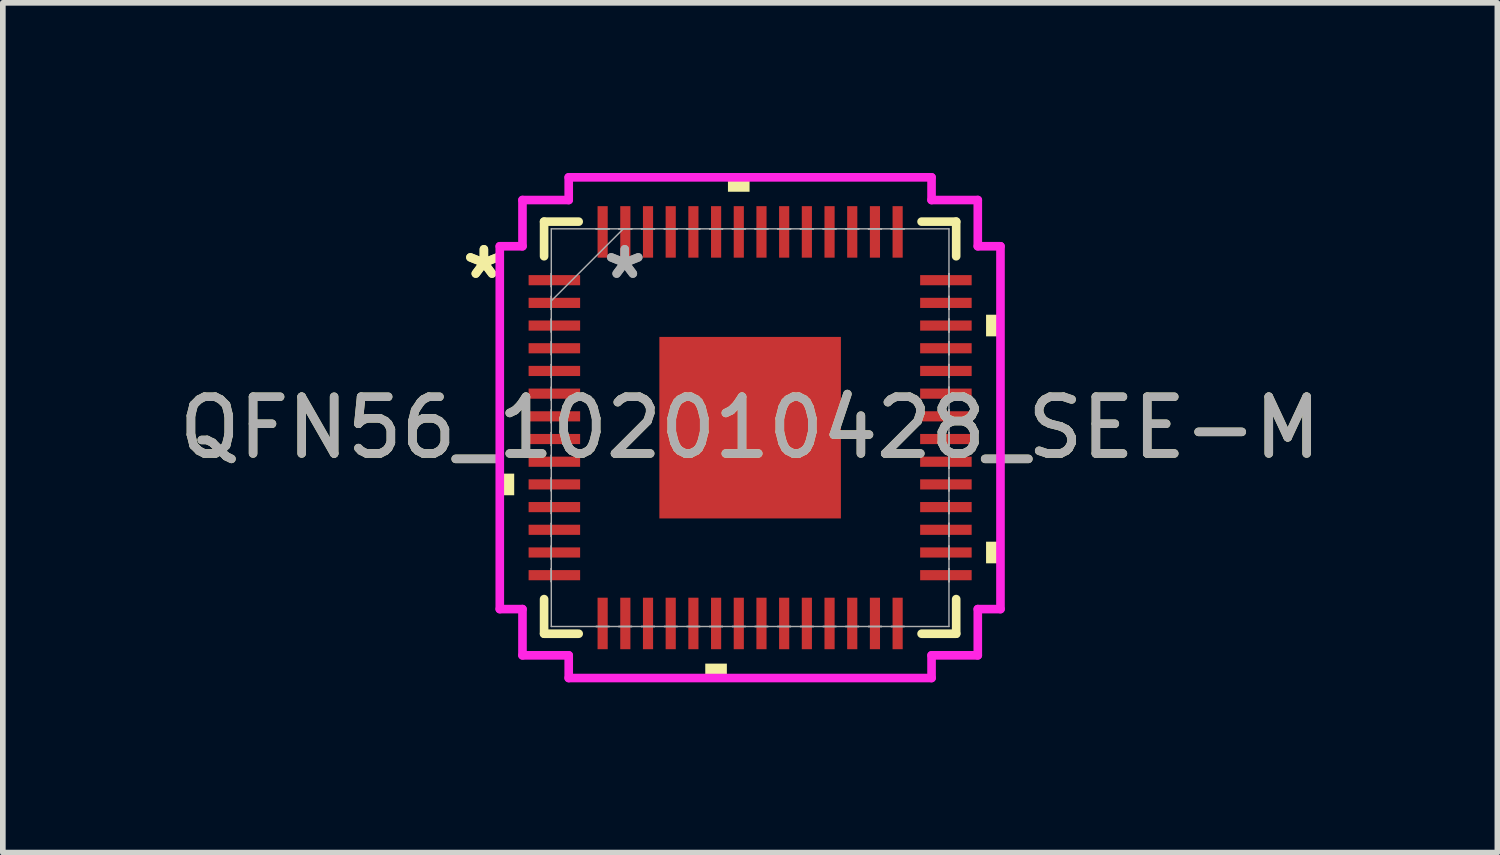
<source format=kicad_pcb>
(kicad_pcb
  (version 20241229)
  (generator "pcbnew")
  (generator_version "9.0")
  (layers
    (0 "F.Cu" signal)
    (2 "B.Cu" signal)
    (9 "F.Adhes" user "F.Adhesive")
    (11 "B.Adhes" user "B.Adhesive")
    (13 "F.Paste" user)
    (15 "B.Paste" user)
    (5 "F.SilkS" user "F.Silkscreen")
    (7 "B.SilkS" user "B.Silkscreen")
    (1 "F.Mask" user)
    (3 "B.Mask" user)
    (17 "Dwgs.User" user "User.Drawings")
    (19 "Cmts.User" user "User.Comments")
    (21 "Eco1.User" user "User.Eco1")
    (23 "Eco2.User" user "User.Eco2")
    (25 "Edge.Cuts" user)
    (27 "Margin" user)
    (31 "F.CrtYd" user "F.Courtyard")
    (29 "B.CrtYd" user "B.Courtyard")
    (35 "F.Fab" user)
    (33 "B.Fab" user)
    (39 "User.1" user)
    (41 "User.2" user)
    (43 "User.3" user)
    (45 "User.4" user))
  (footprint "QFN56_102010428_SEE-M"
    (layer "F.Cu")
    (at 10.173 4.489)
    (property "Reference" "QFN56_102010428_SEE-M" (at 0 0 0) (unlocked yes) (layer "F.SilkS") (effects (font (size 1 1) (thickness 0.15))))
    (attr smd)
    (fp_line (start -3.632 -3.632) (end -3.632 -3.022) (stroke (width 0.152) (type solid)) (layer "F.SilkS"))
    (fp_line (start -3.632 3.022) (end -3.632 3.632) (stroke (width 0.152) (type solid)) (layer "F.SilkS"))
    (fp_line (start -3.632 3.632) (end -3.022 3.632) (stroke (width 0.152) (type solid)) (layer "F.SilkS"))
    (fp_line (start -3.022 -3.632) (end -3.632 -3.632) (stroke (width 0.152) (type solid)) (layer "F.SilkS"))
    (fp_line (start 3.022 3.632) (end 3.632 3.632) (stroke (width 0.152) (type solid)) (layer "F.SilkS"))
    (fp_line (start 3.632 -3.632) (end 3.022 -3.632) (stroke (width 0.152) (type solid)) (layer "F.SilkS"))
    (fp_line (start 3.632 -3.022) (end 3.632 -3.632) (stroke (width 0.152) (type solid)) (layer "F.SilkS"))
    (fp_line (start 3.632 3.632) (end 3.632 3.022) (stroke (width 0.152) (type solid)) (layer "F.SilkS"))
    (fp_poly (pts (xy -4.413 0.81) (xy -4.413 1.191) (xy -4.159 1.191) (xy -4.159 0.81)) (stroke (width 0) (type solid)) (fill yes) (layer "F.SilkS"))
    (fp_poly (pts (xy -0.791 4.159) (xy -0.791 4.413) (xy -0.41 4.413) (xy -0.41 4.159)) (stroke (width 0) (type solid)) (fill yes) (layer "F.SilkS"))
    (fp_poly (pts (xy -0.391 -4.159) (xy -0.391 -4.413) (xy -0.01 -4.413) (xy -0.01 -4.159)) (stroke (width 0) (type solid)) (fill yes) (layer "F.SilkS"))
    (fp_poly (pts (xy 4.413 -1.991) (xy 4.413 -1.61) (xy 4.159 -1.61) (xy 4.159 -1.991)) (stroke (width 0) (type solid)) (fill yes) (layer "F.SilkS"))
    (fp_poly (pts (xy 4.413 2.01) (xy 4.413 2.391) (xy 4.159 2.391) (xy 4.159 2.01)) (stroke (width 0) (type solid)) (fill yes) (layer "F.SilkS"))
    (fp_line (start -4.413 -3.198) (end -4.013 -3.198) (stroke (width 0.152) (type solid)) (layer "F.CrtYd"))
    (fp_line (start -4.413 3.198) (end -4.413 -3.198) (stroke (width 0.152) (type solid)) (layer "F.CrtYd"))
    (fp_line (start -4.013 -4.013) (end -3.198 -4.013) (stroke (width 0.152) (type solid)) (layer "F.CrtYd"))
    (fp_line (start -4.013 -3.198) (end -4.013 -4.013) (stroke (width 0.152) (type solid)) (layer "F.CrtYd"))
    (fp_line (start -4.013 3.198) (end -4.413 3.198) (stroke (width 0.152) (type solid)) (layer "F.CrtYd"))
    (fp_line (start -4.013 4.013) (end -4.013 3.198) (stroke (width 0.152) (type solid)) (layer "F.CrtYd"))
    (fp_line (start -3.198 -4.413) (end 3.198 -4.413) (stroke (width 0.152) (type solid)) (layer "F.CrtYd"))
    (fp_line (start -3.198 -4.013) (end -3.198 -4.413) (stroke (width 0.152) (type solid)) (layer "F.CrtYd"))
    (fp_line (start -3.198 4.013) (end -4.013 4.013) (stroke (width 0.152) (type solid)) (layer "F.CrtYd"))
    (fp_line (start -3.198 4.413) (end -3.198 4.013) (stroke (width 0.152) (type solid)) (layer "F.CrtYd"))
    (fp_line (start 3.198 -4.413) (end 3.198 -4.013) (stroke (width 0.152) (type solid)) (layer "F.CrtYd"))
    (fp_line (start 3.198 -4.013) (end 4.013 -4.013) (stroke (width 0.152) (type solid)) (layer "F.CrtYd"))
    (fp_line (start 3.198 4.013) (end 3.198 4.413) (stroke (width 0.152) (type solid)) (layer "F.CrtYd"))
    (fp_line (start 3.198 4.413) (end -3.198 4.413) (stroke (width 0.152) (type solid)) (layer "F.CrtYd"))
    (fp_line (start 4.013 -4.013) (end 4.013 -3.198) (stroke (width 0.152) (type solid)) (layer "F.CrtYd"))
    (fp_line (start 4.013 -3.198) (end 4.413 -3.198) (stroke (width 0.152) (type solid)) (layer "F.CrtYd"))
    (fp_line (start 4.013 3.198) (end 4.013 4.013) (stroke (width 0.152) (type solid)) (layer "F.CrtYd"))
    (fp_line (start 4.013 4.013) (end 3.198 4.013) (stroke (width 0.152) (type solid)) (layer "F.CrtYd"))
    (fp_line (start 4.413 -3.198) (end 4.413 3.198) (stroke (width 0.152) (type solid)) (layer "F.CrtYd"))
    (fp_line (start 4.413 3.198) (end 4.013 3.198) (stroke (width 0.152) (type solid)) (layer "F.CrtYd"))
    (fp_line (start -3.505 -3.505) (end -3.505 3.505) (stroke (width 0.025) (type solid)) (layer "F.Fab"))
    (fp_line (start -3.505 -2.715) (end -3.505 -2.715) (stroke (width 0.025) (type solid)) (layer "F.Fab"))
    (fp_line (start -3.505 -2.715) (end -3.505 -2.486) (stroke (width 0.025) (type solid)) (layer "F.Fab"))
    (fp_line (start -3.505 -2.486) (end -3.505 -2.715) (stroke (width 0.025) (type solid)) (layer "F.Fab"))
    (fp_line (start -3.505 -2.486) (end -3.505 -2.486) (stroke (width 0.025) (type solid)) (layer "F.Fab"))
    (fp_line (start -3.505 -2.315) (end -3.505 -2.315) (stroke (width 0.025) (type solid)) (layer "F.Fab"))
    (fp_line (start -3.505 -2.315) (end -3.505 -2.086) (stroke (width 0.025) (type solid)) (layer "F.Fab"))
    (fp_line (start -3.505 -2.235) (end -2.235 -3.505) (stroke (width 0.025) (type solid)) (layer "F.Fab"))
    (fp_line (start -3.505 -2.086) (end -3.505 -2.315) (stroke (width 0.025) (type solid)) (layer "F.Fab"))
    (fp_line (start -3.505 -2.086) (end -3.505 -2.086) (stroke (width 0.025) (type solid)) (layer "F.Fab"))
    (fp_line (start -3.505 -1.915) (end -3.505 -1.915) (stroke (width 0.025) (type solid)) (layer "F.Fab"))
    (fp_line (start -3.505 -1.915) (end -3.505 -1.686) (stroke (width 0.025) (type solid)) (layer "F.Fab"))
    (fp_line (start -3.505 -1.686) (end -3.505 -1.915) (stroke (width 0.025) (type solid)) (layer "F.Fab"))
    (fp_line (start -3.505 -1.686) (end -3.505 -1.686) (stroke (width 0.025) (type solid)) (layer "F.Fab"))
    (fp_line (start -3.505 -1.514) (end -3.505 -1.514) (stroke (width 0.025) (type solid)) (layer "F.Fab"))
    (fp_line (start -3.505 -1.514) (end -3.505 -1.286) (stroke (width 0.025) (type solid)) (layer "F.Fab"))
    (fp_line (start -3.505 -1.286) (end -3.505 -1.514) (stroke (width 0.025) (type solid)) (layer "F.Fab"))
    (fp_line (start -3.505 -1.286) (end -3.505 -1.286) (stroke (width 0.025) (type solid)) (layer "F.Fab"))
    (fp_line (start -3.505 -1.114) (end -3.505 -1.114) (stroke (width 0.025) (type solid)) (layer "F.Fab"))
    (fp_line (start -3.505 -1.114) (end -3.505 -0.886) (stroke (width 0.025) (type solid)) (layer "F.Fab"))
    (fp_line (start -3.505 -0.886) (end -3.505 -1.114) (stroke (width 0.025) (type solid)) (layer "F.Fab"))
    (fp_line (start -3.505 -0.886) (end -3.505 -0.886) (stroke (width 0.025) (type solid)) (layer "F.Fab"))
    (fp_line (start -3.505 -0.714) (end -3.505 -0.714) (stroke (width 0.025) (type solid)) (layer "F.Fab"))
    (fp_line (start -3.505 -0.714) (end -3.505 -0.486) (stroke (width 0.025) (type solid)) (layer "F.Fab"))
    (fp_line (start -3.505 -0.486) (end -3.505 -0.714) (stroke (width 0.025) (type solid)) (layer "F.Fab"))
    (fp_line (start -3.505 -0.486) (end -3.505 -0.486) (stroke (width 0.025) (type solid)) (layer "F.Fab"))
    (fp_line (start -3.505 -0.314) (end -3.505 -0.314) (stroke (width 0.025) (type solid)) (layer "F.Fab"))
    (fp_line (start -3.505 -0.314) (end -3.505 -0.086) (stroke (width 0.025) (type solid)) (layer "F.Fab"))
    (fp_line (start -3.505 -0.086) (end -3.505 -0.314) (stroke (width 0.025) (type solid)) (layer "F.Fab"))
    (fp_line (start -3.505 -0.086) (end -3.505 -0.086) (stroke (width 0.025) (type solid)) (layer "F.Fab"))
    (fp_line (start -3.505 0.086) (end -3.505 0.086) (stroke (width 0.025) (type solid)) (layer "F.Fab"))
    (fp_line (start -3.505 0.086) (end -3.505 0.314) (stroke (width 0.025) (type solid)) (layer "F.Fab"))
    (fp_line (start -3.505 0.314) (end -3.505 0.086) (stroke (width 0.025) (type solid)) (layer "F.Fab"))
    (fp_line (start -3.505 0.314) (end -3.505 0.314) (stroke (width 0.025) (type solid)) (layer "F.Fab"))
    (fp_line (start -3.505 0.486) (end -3.505 0.486) (stroke (width 0.025) (type solid)) (layer "F.Fab"))
    (fp_line (start -3.505 0.486) (end -3.505 0.714) (stroke (width 0.025) (type solid)) (layer "F.Fab"))
    (fp_line (start -3.505 0.714) (end -3.505 0.486) (stroke (width 0.025) (type solid)) (layer "F.Fab"))
    (fp_line (start -3.505 0.714) (end -3.505 0.714) (stroke (width 0.025) (type solid)) (layer "F.Fab"))
    (fp_line (start -3.505 0.886) (end -3.505 0.886) (stroke (width 0.025) (type solid)) (layer "F.Fab"))
    (fp_line (start -3.505 0.886) (end -3.505 1.114) (stroke (width 0.025) (type solid)) (layer "F.Fab"))
    (fp_line (start -3.505 1.114) (end -3.505 0.886) (stroke (width 0.025) (type solid)) (layer "F.Fab"))
    (fp_line (start -3.505 1.114) (end -3.505 1.114) (stroke (width 0.025) (type solid)) (layer "F.Fab"))
    (fp_line (start -3.505 1.286) (end -3.505 1.286) (stroke (width 0.025) (type solid)) (layer "F.Fab"))
    (fp_line (start -3.505 1.286) (end -3.505 1.514) (stroke (width 0.025) (type solid)) (layer "F.Fab"))
    (fp_line (start -3.505 1.514) (end -3.505 1.286) (stroke (width 0.025) (type solid)) (layer "F.Fab"))
    (fp_line (start -3.505 1.514) (end -3.505 1.514) (stroke (width 0.025) (type solid)) (layer "F.Fab"))
    (fp_line (start -3.505 1.686) (end -3.505 1.686) (stroke (width 0.025) (type solid)) (layer "F.Fab"))
    (fp_line (start -3.505 1.686) (end -3.505 1.915) (stroke (width 0.025) (type solid)) (layer "F.Fab"))
    (fp_line (start -3.505 1.915) (end -3.505 1.686) (stroke (width 0.025) (type solid)) (layer "F.Fab"))
    (fp_line (start -3.505 1.915) (end -3.505 1.915) (stroke (width 0.025) (type solid)) (layer "F.Fab"))
    (fp_line (start -3.505 2.086) (end -3.505 2.086) (stroke (width 0.025) (type solid)) (layer "F.Fab"))
    (fp_line (start -3.505 2.086) (end -3.505 2.315) (stroke (width 0.025) (type solid)) (layer "F.Fab"))
    (fp_line (start -3.505 2.315) (end -3.505 2.086) (stroke (width 0.025) (type solid)) (layer "F.Fab"))
    (fp_line (start -3.505 2.315) (end -3.505 2.315) (stroke (width 0.025) (type solid)) (layer "F.Fab"))
    (fp_line (start -3.505 2.486) (end -3.505 2.486) (stroke (width 0.025) (type solid)) (layer "F.Fab"))
    (fp_line (start -3.505 2.486) (end -3.505 2.715) (stroke (width 0.025) (type solid)) (layer "F.Fab"))
    (fp_line (start -3.505 2.715) (end -3.505 2.486) (stroke (width 0.025) (type solid)) (layer "F.Fab"))
    (fp_line (start -3.505 2.715) (end -3.505 2.715) (stroke (width 0.025) (type solid)) (layer "F.Fab"))
    (fp_line (start -3.505 3.505) (end 3.505 3.505) (stroke (width 0.025) (type solid)) (layer "F.Fab"))
    (fp_line (start -2.715 -3.505) (end -2.715 -3.505) (stroke (width 0.025) (type solid)) (layer "F.Fab"))
    (fp_line (start -2.715 -3.505) (end -2.486 -3.505) (stroke (width 0.025) (type solid)) (layer "F.Fab"))
    (fp_line (start -2.715 3.505) (end -2.715 3.505) (stroke (width 0.025) (type solid)) (layer "F.Fab"))
    (fp_line (start -2.715 3.505) (end -2.486 3.505) (stroke (width 0.025) (type solid)) (layer "F.Fab"))
    (fp_line (start -2.486 -3.505) (end -2.715 -3.505) (stroke (width 0.025) (type solid)) (layer "F.Fab"))
    (fp_line (start -2.486 -3.505) (end -2.486 -3.505) (stroke (width 0.025) (type solid)) (layer "F.Fab"))
    (fp_line (start -2.486 3.505) (end -2.715 3.505) (stroke (width 0.025) (type solid)) (layer "F.Fab"))
    (fp_line (start -2.486 3.505) (end -2.486 3.505) (stroke (width 0.025) (type solid)) (layer "F.Fab"))
    (fp_line (start -2.315 -3.505) (end -2.315 -3.505) (stroke (width 0.025) (type solid)) (layer "F.Fab"))
    (fp_line (start -2.315 -3.505) (end -2.086 -3.505) (stroke (width 0.025) (type solid)) (layer "F.Fab"))
    (fp_line (start -2.315 3.505) (end -2.315 3.505) (stroke (width 0.025) (type solid)) (layer "F.Fab"))
    (fp_line (start -2.315 3.505) (end -2.086 3.505) (stroke (width 0.025) (type solid)) (layer "F.Fab"))
    (fp_line (start -2.086 -3.505) (end -2.315 -3.505) (stroke (width 0.025) (type solid)) (layer "F.Fab"))
    (fp_line (start -2.086 -3.505) (end -2.086 -3.505) (stroke (width 0.025) (type solid)) (layer "F.Fab"))
    (fp_line (start -2.086 3.505) (end -2.315 3.505) (stroke (width 0.025) (type solid)) (layer "F.Fab"))
    (fp_line (start -2.086 3.505) (end -2.086 3.505) (stroke (width 0.025) (type solid)) (layer "F.Fab"))
    (fp_line (start -1.915 -3.505) (end -1.915 -3.505) (stroke (width 0.025) (type solid)) (layer "F.Fab"))
    (fp_line (start -1.915 -3.505) (end -1.686 -3.505) (stroke (width 0.025) (type solid)) (layer "F.Fab"))
    (fp_line (start -1.915 3.505) (end -1.915 3.505) (stroke (width 0.025) (type solid)) (layer "F.Fab"))
    (fp_line (start -1.915 3.505) (end -1.686 3.505) (stroke (width 0.025) (type solid)) (layer "F.Fab"))
    (fp_line (start -1.686 -3.505) (end -1.915 -3.505) (stroke (width 0.025) (type solid)) (layer "F.Fab"))
    (fp_line (start -1.686 -3.505) (end -1.686 -3.505) (stroke (width 0.025) (type solid)) (layer "F.Fab"))
    (fp_line (start -1.686 3.505) (end -1.915 3.505) (stroke (width 0.025) (type solid)) (layer "F.Fab"))
    (fp_line (start -1.686 3.505) (end -1.686 3.505) (stroke (width 0.025) (type solid)) (layer "F.Fab"))
    (fp_line (start -1.514 -3.505) (end -1.514 -3.505) (stroke (width 0.025) (type solid)) (layer "F.Fab"))
    (fp_line (start -1.514 -3.505) (end -1.286 -3.505) (stroke (width 0.025) (type solid)) (layer "F.Fab"))
    (fp_line (start -1.514 3.505) (end -1.514 3.505) (stroke (width 0.025) (type solid)) (layer "F.Fab"))
    (fp_line (start -1.514 3.505) (end -1.286 3.505) (stroke (width 0.025) (type solid)) (layer "F.Fab"))
    (fp_line (start -1.286 -3.505) (end -1.514 -3.505) (stroke (width 0.025) (type solid)) (layer "F.Fab"))
    (fp_line (start -1.286 -3.505) (end -1.286 -3.505) (stroke (width 0.025) (type solid)) (layer "F.Fab"))
    (fp_line (start -1.286 3.505) (end -1.514 3.505) (stroke (width 0.025) (type solid)) (layer "F.Fab"))
    (fp_line (start -1.286 3.505) (end -1.286 3.505) (stroke (width 0.025) (type solid)) (layer "F.Fab"))
    (fp_line (start -1.114 -3.505) (end -1.114 -3.505) (stroke (width 0.025) (type solid)) (layer "F.Fab"))
    (fp_line (start -1.114 -3.505) (end -0.886 -3.505) (stroke (width 0.025) (type solid)) (layer "F.Fab"))
    (fp_line (start -1.114 3.505) (end -1.114 3.505) (stroke (width 0.025) (type solid)) (layer "F.Fab"))
    (fp_line (start -1.114 3.505) (end -0.886 3.505) (stroke (width 0.025) (type solid)) (layer "F.Fab"))
    (fp_line (start -0.886 -3.505) (end -1.114 -3.505) (stroke (width 0.025) (type solid)) (layer "F.Fab"))
    (fp_line (start -0.886 -3.505) (end -0.886 -3.505) (stroke (width 0.025) (type solid)) (layer "F.Fab"))
    (fp_line (start -0.886 3.505) (end -1.114 3.505) (stroke (width 0.025) (type solid)) (layer "F.Fab"))
    (fp_line (start -0.886 3.505) (end -0.886 3.505) (stroke (width 0.025) (type solid)) (layer "F.Fab"))
    (fp_line (start -0.714 -3.505) (end -0.714 -3.505) (stroke (width 0.025) (type solid)) (layer "F.Fab"))
    (fp_line (start -0.714 -3.505) (end -0.486 -3.505) (stroke (width 0.025) (type solid)) (layer "F.Fab"))
    (fp_line (start -0.714 3.505) (end -0.714 3.505) (stroke (width 0.025) (type solid)) (layer "F.Fab"))
    (fp_line (start -0.714 3.505) (end -0.486 3.505) (stroke (width 0.025) (type solid)) (layer "F.Fab"))
    (fp_line (start -0.486 -3.505) (end -0.714 -3.505) (stroke (width 0.025) (type solid)) (layer "F.Fab"))
    (fp_line (start -0.486 -3.505) (end -0.486 -3.505) (stroke (width 0.025) (type solid)) (layer "F.Fab"))
    (fp_line (start -0.486 3.505) (end -0.714 3.505) (stroke (width 0.025) (type solid)) (layer "F.Fab"))
    (fp_line (start -0.486 3.505) (end -0.486 3.505) (stroke (width 0.025) (type solid)) (layer "F.Fab"))
    (fp_line (start -0.314 -3.505) (end -0.314 -3.505) (stroke (width 0.025) (type solid)) (layer "F.Fab"))
    (fp_line (start -0.314 -3.505) (end -0.086 -3.505) (stroke (width 0.025) (type solid)) (layer "F.Fab"))
    (fp_line (start -0.314 3.505) (end -0.314 3.505) (stroke (width 0.025) (type solid)) (layer "F.Fab"))
    (fp_line (start -0.314 3.505) (end -0.086 3.505) (stroke (width 0.025) (type solid)) (layer "F.Fab"))
    (fp_line (start -0.086 -3.505) (end -0.314 -3.505) (stroke (width 0.025) (type solid)) (layer "F.Fab"))
    (fp_line (start -0.086 -3.505) (end -0.086 -3.505) (stroke (width 0.025) (type solid)) (layer "F.Fab"))
    (fp_line (start -0.086 3.505) (end -0.314 3.505) (stroke (width 0.025) (type solid)) (layer "F.Fab"))
    (fp_line (start -0.086 3.505) (end -0.086 3.505) (stroke (width 0.025) (type solid)) (layer "F.Fab"))
    (fp_line (start 0.086 -3.505) (end 0.086 -3.505) (stroke (width 0.025) (type solid)) (layer "F.Fab"))
    (fp_line (start 0.086 -3.505) (end 0.314 -3.505) (stroke (width 0.025) (type solid)) (layer "F.Fab"))
    (fp_line (start 0.086 3.505) (end 0.086 3.505) (stroke (width 0.025) (type solid)) (layer "F.Fab"))
    (fp_line (start 0.086 3.505) (end 0.314 3.505) (stroke (width 0.025) (type solid)) (layer "F.Fab"))
    (fp_line (start 0.314 -3.505) (end 0.086 -3.505) (stroke (width 0.025) (type solid)) (layer "F.Fab"))
    (fp_line (start 0.314 -3.505) (end 0.314 -3.505) (stroke (width 0.025) (type solid)) (layer "F.Fab"))
    (fp_line (start 0.314 3.505) (end 0.086 3.505) (stroke (width 0.025) (type solid)) (layer "F.Fab"))
    (fp_line (start 0.314 3.505) (end 0.314 3.505) (stroke (width 0.025) (type solid)) (layer "F.Fab"))
    (fp_line (start 0.486 -3.505) (end 0.486 -3.505) (stroke (width 0.025) (type solid)) (layer "F.Fab"))
    (fp_line (start 0.486 -3.505) (end 0.714 -3.505) (stroke (width 0.025) (type solid)) (layer "F.Fab"))
    (fp_line (start 0.486 3.505) (end 0.486 3.505) (stroke (width 0.025) (type solid)) (layer "F.Fab"))
    (fp_line (start 0.486 3.505) (end 0.714 3.505) (stroke (width 0.025) (type solid)) (layer "F.Fab"))
    (fp_line (start 0.714 -3.505) (end 0.486 -3.505) (stroke (width 0.025) (type solid)) (layer "F.Fab"))
    (fp_line (start 0.714 -3.505) (end 0.714 -3.505) (stroke (width 0.025) (type solid)) (layer "F.Fab"))
    (fp_line (start 0.714 3.505) (end 0.486 3.505) (stroke (width 0.025) (type solid)) (layer "F.Fab"))
    (fp_line (start 0.714 3.505) (end 0.714 3.505) (stroke (width 0.025) (type solid)) (layer "F.Fab"))
    (fp_line (start 0.886 -3.505) (end 0.886 -3.505) (stroke (width 0.025) (type solid)) (layer "F.Fab"))
    (fp_line (start 0.886 -3.505) (end 1.114 -3.505) (stroke (width 0.025) (type solid)) (layer "F.Fab"))
    (fp_line (start 0.886 3.505) (end 0.886 3.505) (stroke (width 0.025) (type solid)) (layer "F.Fab"))
    (fp_line (start 0.886 3.505) (end 1.114 3.505) (stroke (width 0.025) (type solid)) (layer "F.Fab"))
    (fp_line (start 1.114 -3.505) (end 0.886 -3.505) (stroke (width 0.025) (type solid)) (layer "F.Fab"))
    (fp_line (start 1.114 -3.505) (end 1.114 -3.505) (stroke (width 0.025) (type solid)) (layer "F.Fab"))
    (fp_line (start 1.114 3.505) (end 0.886 3.505) (stroke (width 0.025) (type solid)) (layer "F.Fab"))
    (fp_line (start 1.114 3.505) (end 1.114 3.505) (stroke (width 0.025) (type solid)) (layer "F.Fab"))
    (fp_line (start 1.286 -3.505) (end 1.286 -3.505) (stroke (width 0.025) (type solid)) (layer "F.Fab"))
    (fp_line (start 1.286 -3.505) (end 1.514 -3.505) (stroke (width 0.025) (type solid)) (layer "F.Fab"))
    (fp_line (start 1.286 3.505) (end 1.286 3.505) (stroke (width 0.025) (type solid)) (layer "F.Fab"))
    (fp_line (start 1.286 3.505) (end 1.514 3.505) (stroke (width 0.025) (type solid)) (layer "F.Fab"))
    (fp_line (start 1.514 -3.505) (end 1.286 -3.505) (stroke (width 0.025) (type solid)) (layer "F.Fab"))
    (fp_line (start 1.514 -3.505) (end 1.514 -3.505) (stroke (width 0.025) (type solid)) (layer "F.Fab"))
    (fp_line (start 1.514 3.505) (end 1.286 3.505) (stroke (width 0.025) (type solid)) (layer "F.Fab"))
    (fp_line (start 1.514 3.505) (end 1.514 3.505) (stroke (width 0.025) (type solid)) (layer "F.Fab"))
    (fp_line (start 1.686 -3.505) (end 1.686 -3.505) (stroke (width 0.025) (type solid)) (layer "F.Fab"))
    (fp_line (start 1.686 -3.505) (end 1.915 -3.505) (stroke (width 0.025) (type solid)) (layer "F.Fab"))
    (fp_line (start 1.686 3.505) (end 1.686 3.505) (stroke (width 0.025) (type solid)) (layer "F.Fab"))
    (fp_line (start 1.686 3.505) (end 1.915 3.505) (stroke (width 0.025) (type solid)) (layer "F.Fab"))
    (fp_line (start 1.915 -3.505) (end 1.686 -3.505) (stroke (width 0.025) (type solid)) (layer "F.Fab"))
    (fp_line (start 1.915 -3.505) (end 1.915 -3.505) (stroke (width 0.025) (type solid)) (layer "F.Fab"))
    (fp_line (start 1.915 3.505) (end 1.686 3.505) (stroke (width 0.025) (type solid)) (layer "F.Fab"))
    (fp_line (start 1.915 3.505) (end 1.915 3.505) (stroke (width 0.025) (type solid)) (layer "F.Fab"))
    (fp_line (start 2.086 -3.505) (end 2.086 -3.505) (stroke (width 0.025) (type solid)) (layer "F.Fab"))
    (fp_line (start 2.086 -3.505) (end 2.315 -3.505) (stroke (width 0.025) (type solid)) (layer "F.Fab"))
    (fp_line (start 2.086 3.505) (end 2.086 3.505) (stroke (width 0.025) (type solid)) (layer "F.Fab"))
    (fp_line (start 2.086 3.505) (end 2.315 3.505) (stroke (width 0.025) (type solid)) (layer "F.Fab"))
    (fp_line (start 2.315 -3.505) (end 2.086 -3.505) (stroke (width 0.025) (type solid)) (layer "F.Fab"))
    (fp_line (start 2.315 -3.505) (end 2.315 -3.505) (stroke (width 0.025) (type solid)) (layer "F.Fab"))
    (fp_line (start 2.315 3.505) (end 2.086 3.505) (stroke (width 0.025) (type solid)) (layer "F.Fab"))
    (fp_line (start 2.315 3.505) (end 2.315 3.505) (stroke (width 0.025) (type solid)) (layer "F.Fab"))
    (fp_line (start 2.486 -3.505) (end 2.486 -3.505) (stroke (width 0.025) (type solid)) (layer "F.Fab"))
    (fp_line (start 2.486 -3.505) (end 2.715 -3.505) (stroke (width 0.025) (type solid)) (layer "F.Fab"))
    (fp_line (start 2.486 3.505) (end 2.486 3.505) (stroke (width 0.025) (type solid)) (layer "F.Fab"))
    (fp_line (start 2.486 3.505) (end 2.715 3.505) (stroke (width 0.025) (type solid)) (layer "F.Fab"))
    (fp_line (start 2.715 -3.505) (end 2.486 -3.505) (stroke (width 0.025) (type solid)) (layer "F.Fab"))
    (fp_line (start 2.715 -3.505) (end 2.715 -3.505) (stroke (width 0.025) (type solid)) (layer "F.Fab"))
    (fp_line (start 2.715 3.505) (end 2.486 3.505) (stroke (width 0.025) (type solid)) (layer "F.Fab"))
    (fp_line (start 2.715 3.505) (end 2.715 3.505) (stroke (width 0.025) (type solid)) (layer "F.Fab"))
    (fp_line (start 3.505 -3.505) (end -3.505 -3.505) (stroke (width 0.025) (type solid)) (layer "F.Fab"))
    (fp_line (start 3.505 -2.715) (end 3.505 -2.715) (stroke (width 0.025) (type solid)) (layer "F.Fab"))
    (fp_line (start 3.505 -2.715) (end 3.505 -2.486) (stroke (width 0.025) (type solid)) (layer "F.Fab"))
    (fp_line (start 3.505 -2.486) (end 3.505 -2.715) (stroke (width 0.025) (type solid)) (layer "F.Fab"))
    (fp_line (start 3.505 -2.486) (end 3.505 -2.486) (stroke (width 0.025) (type solid)) (layer "F.Fab"))
    (fp_line (start 3.505 -2.315) (end 3.505 -2.315) (stroke (width 0.025) (type solid)) (layer "F.Fab"))
    (fp_line (start 3.505 -2.315) (end 3.505 -2.086) (stroke (width 0.025) (type solid)) (layer "F.Fab"))
    (fp_line (start 3.505 -2.086) (end 3.505 -2.315) (stroke (width 0.025) (type solid)) (layer "F.Fab"))
    (fp_line (start 3.505 -2.086) (end 3.505 -2.086) (stroke (width 0.025) (type solid)) (layer "F.Fab"))
    (fp_line (start 3.505 -1.915) (end 3.505 -1.915) (stroke (width 0.025) (type solid)) (layer "F.Fab"))
    (fp_line (start 3.505 -1.915) (end 3.505 -1.686) (stroke (width 0.025) (type solid)) (layer "F.Fab"))
    (fp_line (start 3.505 -1.686) (end 3.505 -1.915) (stroke (width 0.025) (type solid)) (layer "F.Fab"))
    (fp_line (start 3.505 -1.686) (end 3.505 -1.686) (stroke (width 0.025) (type solid)) (layer "F.Fab"))
    (fp_line (start 3.505 -1.514) (end 3.505 -1.514) (stroke (width 0.025) (type solid)) (layer "F.Fab"))
    (fp_line (start 3.505 -1.514) (end 3.505 -1.286) (stroke (width 0.025) (type solid)) (layer "F.Fab"))
    (fp_line (start 3.505 -1.286) (end 3.505 -1.514) (stroke (width 0.025) (type solid)) (layer "F.Fab"))
    (fp_line (start 3.505 -1.286) (end 3.505 -1.286) (stroke (width 0.025) (type solid)) (layer "F.Fab"))
    (fp_line (start 3.505 -1.114) (end 3.505 -1.114) (stroke (width 0.025) (type solid)) (layer "F.Fab"))
    (fp_line (start 3.505 -1.114) (end 3.505 -0.886) (stroke (width 0.025) (type solid)) (layer "F.Fab"))
    (fp_line (start 3.505 -0.886) (end 3.505 -1.114) (stroke (width 0.025) (type solid)) (layer "F.Fab"))
    (fp_line (start 3.505 -0.886) (end 3.505 -0.886) (stroke (width 0.025) (type solid)) (layer "F.Fab"))
    (fp_line (start 3.505 -0.714) (end 3.505 -0.714) (stroke (width 0.025) (type solid)) (layer "F.Fab"))
    (fp_line (start 3.505 -0.714) (end 3.505 -0.486) (stroke (width 0.025) (type solid)) (layer "F.Fab"))
    (fp_line (start 3.505 -0.486) (end 3.505 -0.714) (stroke (width 0.025) (type solid)) (layer "F.Fab"))
    (fp_line (start 3.505 -0.486) (end 3.505 -0.486) (stroke (width 0.025) (type solid)) (layer "F.Fab"))
    (fp_line (start 3.505 -0.314) (end 3.505 -0.314) (stroke (width 0.025) (type solid)) (layer "F.Fab"))
    (fp_line (start 3.505 -0.314) (end 3.505 -0.086) (stroke (width 0.025) (type solid)) (layer "F.Fab"))
    (fp_line (start 3.505 -0.086) (end 3.505 -0.314) (stroke (width 0.025) (type solid)) (layer "F.Fab"))
    (fp_line (start 3.505 -0.086) (end 3.505 -0.086) (stroke (width 0.025) (type solid)) (layer "F.Fab"))
    (fp_line (start 3.505 0.086) (end 3.505 0.086) (stroke (width 0.025) (type solid)) (layer "F.Fab"))
    (fp_line (start 3.505 0.086) (end 3.505 0.314) (stroke (width 0.025) (type solid)) (layer "F.Fab"))
    (fp_line (start 3.505 0.314) (end 3.505 0.086) (stroke (width 0.025) (type solid)) (layer "F.Fab"))
    (fp_line (start 3.505 0.314) (end 3.505 0.314) (stroke (width 0.025) (type solid)) (layer "F.Fab"))
    (fp_line (start 3.505 0.486) (end 3.505 0.486) (stroke (width 0.025) (type solid)) (layer "F.Fab"))
    (fp_line (start 3.505 0.486) (end 3.505 0.714) (stroke (width 0.025) (type solid)) (layer "F.Fab"))
    (fp_line (start 3.505 0.714) (end 3.505 0.486) (stroke (width 0.025) (type solid)) (layer "F.Fab"))
    (fp_line (start 3.505 0.714) (end 3.505 0.714) (stroke (width 0.025) (type solid)) (layer "F.Fab"))
    (fp_line (start 3.505 0.886) (end 3.505 0.886) (stroke (width 0.025) (type solid)) (layer "F.Fab"))
    (fp_line (start 3.505 0.886) (end 3.505 1.114) (stroke (width 0.025) (type solid)) (layer "F.Fab"))
    (fp_line (start 3.505 1.114) (end 3.505 0.886) (stroke (width 0.025) (type solid)) (layer "F.Fab"))
    (fp_line (start 3.505 1.114) (end 3.505 1.114) (stroke (width 0.025) (type solid)) (layer "F.Fab"))
    (fp_line (start 3.505 1.286) (end 3.505 1.286) (stroke (width 0.025) (type solid)) (layer "F.Fab"))
    (fp_line (start 3.505 1.286) (end 3.505 1.514) (stroke (width 0.025) (type solid)) (layer "F.Fab"))
    (fp_line (start 3.505 1.514) (end 3.505 1.286) (stroke (width 0.025) (type solid)) (layer "F.Fab"))
    (fp_line (start 3.505 1.514) (end 3.505 1.514) (stroke (width 0.025) (type solid)) (layer "F.Fab"))
    (fp_line (start 3.505 1.686) (end 3.505 1.686) (stroke (width 0.025) (type solid)) (layer "F.Fab"))
    (fp_line (start 3.505 1.686) (end 3.505 1.915) (stroke (width 0.025) (type solid)) (layer "F.Fab"))
    (fp_line (start 3.505 1.915) (end 3.505 1.686) (stroke (width 0.025) (type solid)) (layer "F.Fab"))
    (fp_line (start 3.505 1.915) (end 3.505 1.915) (stroke (width 0.025) (type solid)) (layer "F.Fab"))
    (fp_line (start 3.505 2.086) (end 3.505 2.086) (stroke (width 0.025) (type solid)) (layer "F.Fab"))
    (fp_line (start 3.505 2.086) (end 3.505 2.315) (stroke (width 0.025) (type solid)) (layer "F.Fab"))
    (fp_line (start 3.505 2.315) (end 3.505 2.086) (stroke (width 0.025) (type solid)) (layer "F.Fab"))
    (fp_line (start 3.505 2.315) (end 3.505 2.315) (stroke (width 0.025) (type solid)) (layer "F.Fab"))
    (fp_line (start 3.505 2.486) (end 3.505 2.486) (stroke (width 0.025) (type solid)) (layer "F.Fab"))
    (fp_line (start 3.505 2.486) (end 3.505 2.715) (stroke (width 0.025) (type solid)) (layer "F.Fab"))
    (fp_line (start 3.505 2.715) (end 3.505 2.486) (stroke (width 0.025) (type solid)) (layer "F.Fab"))
    (fp_line (start 3.505 2.715) (end 3.505 2.715) (stroke (width 0.025) (type solid)) (layer "F.Fab"))
    (fp_line (start 3.505 3.505) (end 3.505 -3.505) (stroke (width 0.025) (type solid)) (layer "F.Fab"))
    (fp_text user "*" (at -4.693 -2.6 0) (unlocked yes) (layer "F.SilkS") (effects (font (size 1 1) (thickness 0.15))))
    (fp_text user "*" (at -4.693 -2.6 0) (layer "F.SilkS") (effects (font (size 1 1) (thickness 0.15))))
    (fp_text user "*" (at -2.21 -2.6 0) (layer "F.Fab") (effects (font (size 1 1) (thickness 0.15))))
    (fp_text user "*" (at -2.21 -2.6 0) (unlocked yes) (layer "F.Fab") (effects (font (size 1 1) (thickness 0.15))))
    (fp_text user "${REFERENCE}" (at 0 0 0) (unlocked yes) (layer "F.Fab") (effects (font (size 1 1) (thickness 0.15))))
    (pad "1" smd rect (at -3.451 -2.6 90) (size 0.179 0.908) (layers "F.Cu" "F.Mask" "F.Paste"))
    (pad "2" smd rect (at -3.451 -2.2 90) (size 0.179 0.908) (layers "F.Cu" "F.Mask" "F.Paste"))
    (pad "3" smd rect (at -3.451 -1.8 90) (size 0.179 0.908) (layers "F.Cu" "F.Mask" "F.Paste"))
    (pad "4" smd rect (at -3.451 -1.4 90) (size 0.179 0.908) (layers "F.Cu" "F.Mask" "F.Paste"))
    (pad "5" smd rect (at -3.451 -1 90) (size 0.179 0.908) (layers "F.Cu" "F.Mask" "F.Paste"))
    (pad "6" smd rect (at -3.451 -0.6 90) (size 0.179 0.908) (layers "F.Cu" "F.Mask" "F.Paste"))
    (pad "7" smd rect (at -3.451 -0.2 90) (size 0.179 0.908) (layers "F.Cu" "F.Mask" "F.Paste"))
    (pad "8" smd rect (at -3.451 0.2 90) (size 0.179 0.908) (layers "F.Cu" "F.Mask" "F.Paste"))
    (pad "9" smd rect (at -3.451 0.6 90) (size 0.179 0.908) (layers "F.Cu" "F.Mask" "F.Paste"))
    (pad "10" smd rect (at -3.451 1 90) (size 0.179 0.908) (layers "F.Cu" "F.Mask" "F.Paste"))
    (pad "11" smd rect (at -3.451 1.4 90) (size 0.179 0.908) (layers "F.Cu" "F.Mask" "F.Paste"))
    (pad "12" smd rect (at -3.451 1.8 90) (size 0.179 0.908) (layers "F.Cu" "F.Mask" "F.Paste"))
    (pad "13" smd rect (at -3.451 2.2 90) (size 0.179 0.908) (layers "F.Cu" "F.Mask" "F.Paste"))
    (pad "14" smd rect (at -3.451 2.6 90) (size 0.179 0.908) (layers "F.Cu" "F.Mask" "F.Paste"))
    (pad "15" smd rect (at -2.6 3.451) (size 0.179 0.908) (layers "F.Cu" "F.Mask" "F.Paste"))
    (pad "16" smd rect (at -2.2 3.451) (size 0.179 0.908) (layers "F.Cu" "F.Mask" "F.Paste"))
    (pad "17" smd rect (at -1.8 3.451) (size 0.179 0.908) (layers "F.Cu" "F.Mask" "F.Paste"))
    (pad "18" smd rect (at -1.4 3.451) (size 0.179 0.908) (layers "F.Cu" "F.Mask" "F.Paste"))
    (pad "19" smd rect (at -1 3.451) (size 0.179 0.908) (layers "F.Cu" "F.Mask" "F.Paste"))
    (pad "20" smd rect (at -0.6 3.451) (size 0.179 0.908) (layers "F.Cu" "F.Mask" "F.Paste"))
    (pad "21" smd rect (at -0.2 3.451) (size 0.179 0.908) (layers "F.Cu" "F.Mask" "F.Paste"))
    (pad "22" smd rect (at 0.2 3.451) (size 0.179 0.908) (layers "F.Cu" "F.Mask" "F.Paste"))
    (pad "23" smd rect (at 0.6 3.451) (size 0.179 0.908) (layers "F.Cu" "F.Mask" "F.Paste"))
    (pad "24" smd rect (at 1 3.451) (size 0.179 0.908) (layers "F.Cu" "F.Mask" "F.Paste"))
    (pad "25" smd rect (at 1.4 3.451) (size 0.179 0.908) (layers "F.Cu" "F.Mask" "F.Paste"))
    (pad "26" smd rect (at 1.8 3.451) (size 0.179 0.908) (layers "F.Cu" "F.Mask" "F.Paste"))
    (pad "27" smd rect (at 2.2 3.451) (size 0.179 0.908) (layers "F.Cu" "F.Mask" "F.Paste"))
    (pad "28" smd rect (at 2.6 3.451) (size 0.179 0.908) (layers "F.Cu" "F.Mask" "F.Paste"))
    (pad "29" smd rect (at 3.451 2.6 90) (size 0.179 0.908) (layers "F.Cu" "F.Mask" "F.Paste"))
    (pad "30" smd rect (at 3.451 2.2 90) (size 0.179 0.908) (layers "F.Cu" "F.Mask" "F.Paste"))
    (pad "31" smd rect (at 3.451 1.8 90) (size 0.179 0.908) (layers "F.Cu" "F.Mask" "F.Paste"))
    (pad "32" smd rect (at 3.451 1.4 90) (size 0.179 0.908) (layers "F.Cu" "F.Mask" "F.Paste"))
    (pad "33" smd rect (at 3.451 1 90) (size 0.179 0.908) (layers "F.Cu" "F.Mask" "F.Paste"))
    (pad "34" smd rect (at 3.451 0.6 90) (size 0.179 0.908) (layers "F.Cu" "F.Mask" "F.Paste"))
    (pad "35" smd rect (at 3.451 0.2 90) (size 0.179 0.908) (layers "F.Cu" "F.Mask" "F.Paste"))
    (pad "36" smd rect (at 3.451 -0.2 90) (size 0.179 0.908) (layers "F.Cu" "F.Mask" "F.Paste"))
    (pad "37" smd rect (at 3.451 -0.6 90) (size 0.179 0.908) (layers "F.Cu" "F.Mask" "F.Paste"))
    (pad "38" smd rect (at 3.451 -1 90) (size 0.179 0.908) (layers "F.Cu" "F.Mask" "F.Paste"))
    (pad "39" smd rect (at 3.451 -1.4 90) (size 0.179 0.908) (layers "F.Cu" "F.Mask" "F.Paste"))
    (pad "40" smd rect (at 3.451 -1.8 90) (size 0.179 0.908) (layers "F.Cu" "F.Mask" "F.Paste"))
    (pad "41" smd rect (at 3.451 -2.2 90) (size 0.179 0.908) (layers "F.Cu" "F.Mask" "F.Paste"))
    (pad "42" smd rect (at 3.451 -2.6 90) (size 0.179 0.908) (layers "F.Cu" "F.Mask" "F.Paste"))
    (pad "43" smd rect (at 2.6 -3.451) (size 0.179 0.908) (layers "F.Cu" "F.Mask" "F.Paste"))
    (pad "44" smd rect (at 2.2 -3.451) (size 0.179 0.908) (layers "F.Cu" "F.Mask" "F.Paste"))
    (pad "45" smd rect (at 1.8 -3.451) (size 0.179 0.908) (layers "F.Cu" "F.Mask" "F.Paste"))
    (pad "46" smd rect (at 1.4 -3.451) (size 0.179 0.908) (layers "F.Cu" "F.Mask" "F.Paste"))
    (pad "47" smd rect (at 1 -3.451) (size 0.179 0.908) (layers "F.Cu" "F.Mask" "F.Paste"))
    (pad "48" smd rect (at 0.6 -3.451) (size 0.179 0.908) (layers "F.Cu" "F.Mask" "F.Paste"))
    (pad "49" smd rect (at 0.2 -3.451) (size 0.179 0.908) (layers "F.Cu" "F.Mask" "F.Paste"))
    (pad "50" smd rect (at -0.2 -3.451) (size 0.179 0.908) (layers "F.Cu" "F.Mask" "F.Paste"))
    (pad "51" smd rect (at -0.6 -3.451) (size 0.179 0.908) (layers "F.Cu" "F.Mask" "F.Paste"))
    (pad "52" smd rect (at -1 -3.451) (size 0.179 0.908) (layers "F.Cu" "F.Mask" "F.Paste"))
    (pad "53" smd rect (at -1.4 -3.451) (size 0.179 0.908) (layers "F.Cu" "F.Mask" "F.Paste"))
    (pad "54" smd rect (at -1.8 -3.451) (size 0.179 0.908) (layers "F.Cu" "F.Mask" "F.Paste"))
    (pad "55" smd rect (at -2.2 -3.451) (size 0.179 0.908) (layers "F.Cu" "F.Mask" "F.Paste"))
    (pad "56" smd rect (at -2.6 -3.451) (size 0.179 0.908) (layers "F.Cu" "F.Mask" "F.Paste"))
    (pad "57" smd rect (at 0 0) (size 3.2 3.2) (layers "F.Cu" "F.Mask" "F.Paste")))
  (gr_rect
    (start -3 -3)
    (end 23.345 11.979)
    (stroke (width 0.1) (type default))
    (fill no)
    (layer "Edge.Cuts")))
</source>
